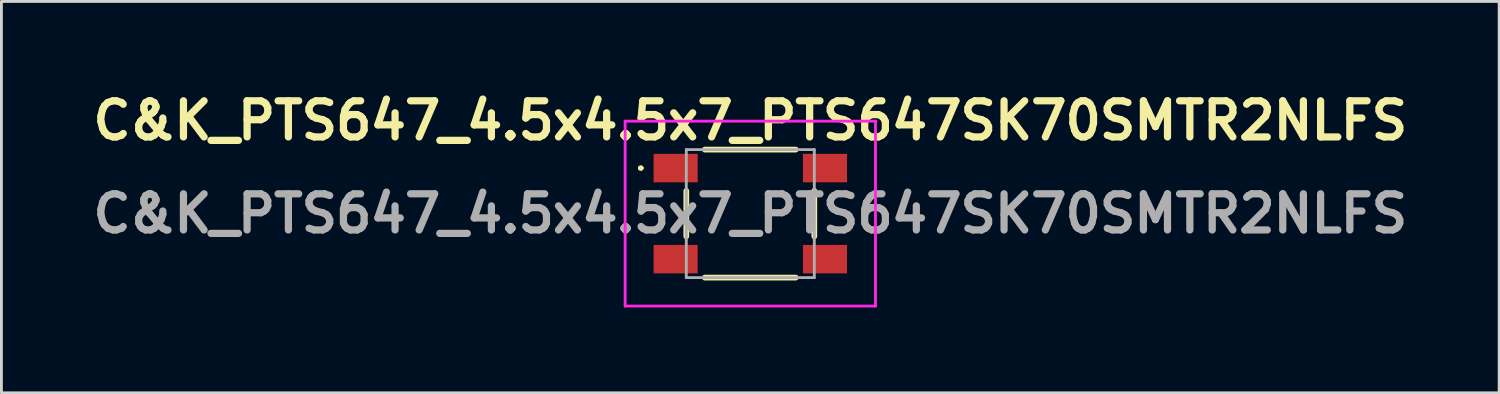
<source format=kicad_pcb>
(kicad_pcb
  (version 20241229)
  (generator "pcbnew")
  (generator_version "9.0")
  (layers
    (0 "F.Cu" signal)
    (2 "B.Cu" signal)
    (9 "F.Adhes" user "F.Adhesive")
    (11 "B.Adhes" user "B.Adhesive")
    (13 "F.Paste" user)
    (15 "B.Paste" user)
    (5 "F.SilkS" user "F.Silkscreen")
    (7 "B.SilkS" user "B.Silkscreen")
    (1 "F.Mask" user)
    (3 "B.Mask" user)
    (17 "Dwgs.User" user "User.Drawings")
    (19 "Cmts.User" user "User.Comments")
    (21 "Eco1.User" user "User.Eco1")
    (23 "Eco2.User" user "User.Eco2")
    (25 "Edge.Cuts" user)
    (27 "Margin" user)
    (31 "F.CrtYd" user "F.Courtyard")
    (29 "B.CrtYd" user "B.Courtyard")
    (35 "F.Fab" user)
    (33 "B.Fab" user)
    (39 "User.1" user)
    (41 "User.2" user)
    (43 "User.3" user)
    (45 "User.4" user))
  (footprint "C&K_PTS647_4.5x4.5x7_PTS647SK70SMTR2NLFS"
    (layer "F.Cu")
    (at 23.326 4.459)
    (property "Reference" "C&K_PTS647_4.5x4.5x7_PTS647SK70SMTR2NLFS" (at 0 -3.27 0) (layer "F.SilkS") (effects (font (size 1.27 1.27) (thickness 0.254))))
    (attr smd)
    (fp_line (start -3.9 -1.6) (end -3.9 -1.6) (stroke (width 0.1) (type solid)) (layer "F.SilkS"))
    (fp_line (start -3.8 -1.6) (end -3.8 -1.6) (stroke (width 0.1) (type solid)) (layer "F.SilkS"))
    (fp_line (start -2.25 -0.8) (end -2.25 0.8) (stroke (width 0.2) (type solid)) (layer "F.SilkS"))
    (fp_line (start -1.6 -2.25) (end 1.6 -2.25) (stroke (width 0.2) (type solid)) (layer "F.SilkS"))
    (fp_line (start -1.6 2.25) (end 1.6 2.25) (stroke (width 0.2) (type solid)) (layer "F.SilkS"))
    (fp_line (start 2.25 -0.8) (end 2.25 0.8) (stroke (width 0.2) (type solid)) (layer "F.SilkS"))
    (fp_arc (start -3.9 -1.6) (mid -3.85 -1.65) (end -3.8 -1.6) (stroke (width 0.1) (type solid)) (layer "F.SilkS"))
    (fp_arc (start -3.8 -1.6) (mid -3.85 -1.55) (end -3.9 -1.6) (stroke (width 0.1) (type solid)) (layer "F.SilkS"))
    (fp_line (start -4.4 -3.25) (end 4.4 -3.25) (stroke (width 0.1) (type solid)) (layer "F.CrtYd"))
    (fp_line (start -4.4 3.25) (end -4.4 -3.25) (stroke (width 0.1) (type solid)) (layer "F.CrtYd"))
    (fp_line (start 4.4 -3.25) (end 4.4 3.25) (stroke (width 0.1) (type solid)) (layer "F.CrtYd"))
    (fp_line (start 4.4 3.25) (end -4.4 3.25) (stroke (width 0.1) (type solid)) (layer "F.CrtYd"))
    (fp_line (start -2.25 -2.25) (end -2.25 2.25) (stroke (width 0.1) (type solid)) (layer "F.Fab"))
    (fp_line (start -2.25 2.25) (end 2.25 2.25) (stroke (width 0.1) (type solid)) (layer "F.Fab"))
    (fp_line (start 2.25 -2.25) (end -2.25 -2.25) (stroke (width 0.1) (type solid)) (layer "F.Fab"))
    (fp_line (start 2.25 2.25) (end 2.25 -2.25) (stroke (width 0.1) (type solid)) (layer "F.Fab"))
    (fp_text user "${REFERENCE}" (at 0 0 0) (layer "F.Fab") (effects (font (size 1.27 1.27) (thickness 0.254))))
    (pad "1" smd rect (at -2.625 -1.6 90) (size 1 1.55) (layers "F.Cu" "F.Mask" "F.Paste"))
    (pad "2" smd rect (at 2.625 -1.6 90) (size 1 1.55) (layers "F.Cu" "F.Mask" "F.Paste"))
    (pad "3" smd rect (at -2.625 1.6 90) (size 1 1.55) (layers "F.Cu" "F.Mask" "F.Paste"))
    (pad "4" smd rect (at 2.625 1.6 90) (size 1 1.55) (layers "F.Cu" "F.Mask" "F.Paste")))
  (gr_rect
    (start -3 -3)
    (end 49.651 10.759)
    (stroke (width 0.1) (type default))
    (fill no)
    (layer "Edge.Cuts")))
</source>
